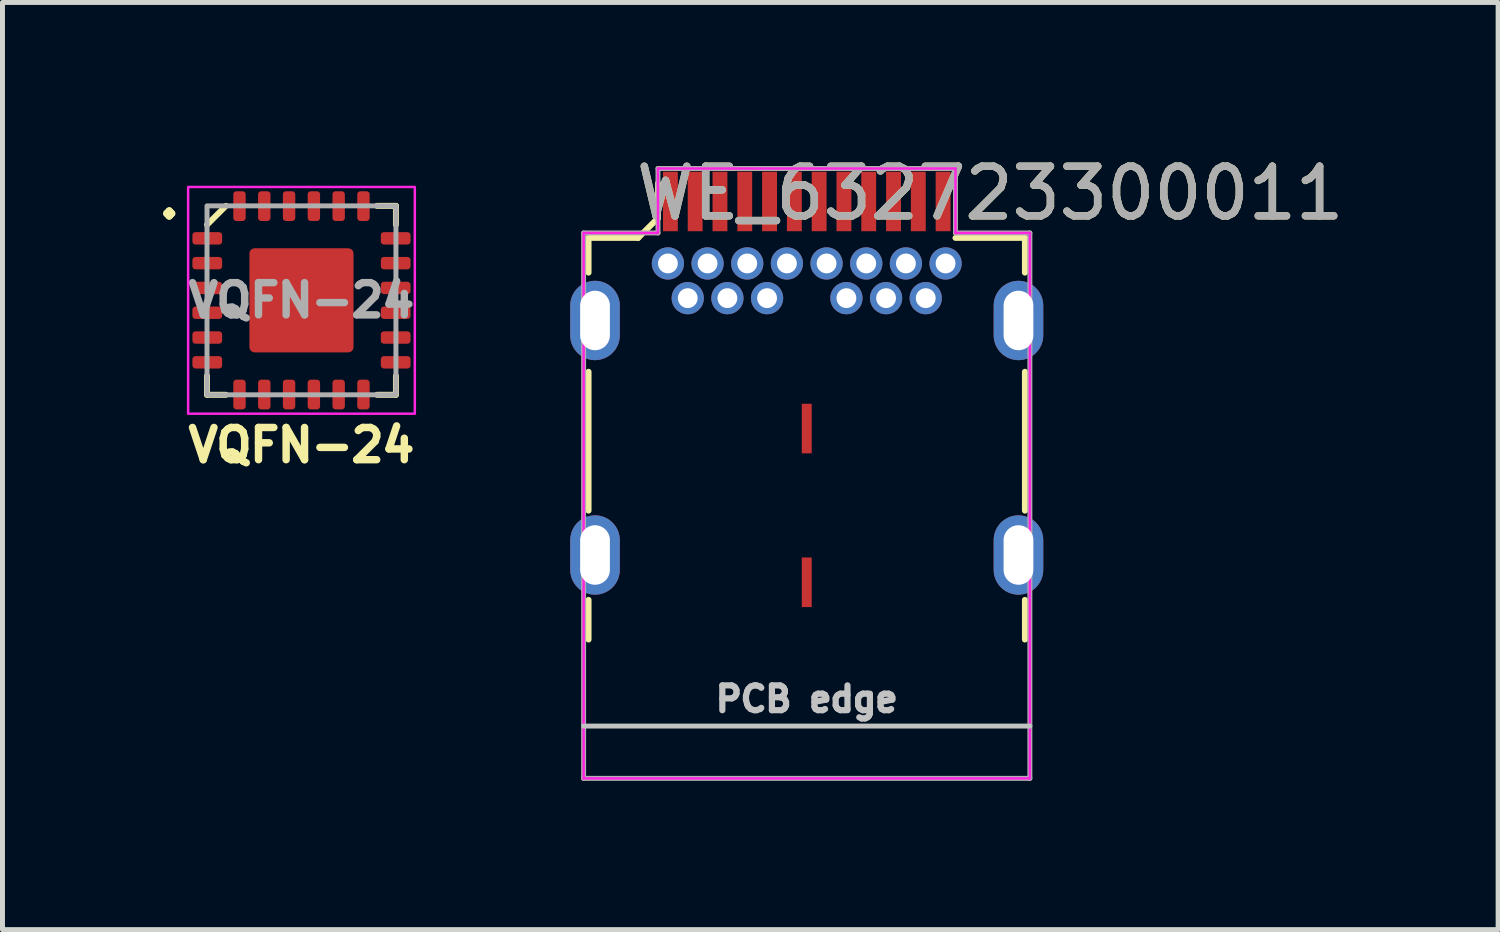
<source format=kicad_pcb>
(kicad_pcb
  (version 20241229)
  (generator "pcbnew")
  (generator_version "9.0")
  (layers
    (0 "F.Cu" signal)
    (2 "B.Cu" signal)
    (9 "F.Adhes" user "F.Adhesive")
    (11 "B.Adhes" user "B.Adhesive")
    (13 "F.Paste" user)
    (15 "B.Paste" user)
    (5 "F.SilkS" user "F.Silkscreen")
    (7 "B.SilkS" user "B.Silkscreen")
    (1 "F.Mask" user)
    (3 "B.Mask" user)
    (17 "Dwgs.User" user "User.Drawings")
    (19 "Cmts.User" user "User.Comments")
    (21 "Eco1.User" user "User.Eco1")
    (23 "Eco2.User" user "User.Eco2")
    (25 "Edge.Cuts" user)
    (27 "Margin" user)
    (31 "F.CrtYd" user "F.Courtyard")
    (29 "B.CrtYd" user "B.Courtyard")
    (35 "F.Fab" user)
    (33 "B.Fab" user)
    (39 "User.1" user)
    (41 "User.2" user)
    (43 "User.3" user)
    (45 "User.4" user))
  (footprint "WE_632723300011"
    (layer "F.Cu")
    (at 13.22 6.648)
    (property "Reference" "WE_632723300011" (at 3.7 -5.8 0) (layer "F.SilkS") (effects (font (size 1 1) (thickness 0.15))))
    (attr smd)
    (fp_line (start -4.4 -4.9) (end -4.4 -4.2) (stroke (width 0.12) (type solid)) (layer "F.SilkS"))
    (fp_line (start -4.4 -4.9) (end -3.4 -4.9) (stroke (width 0.12) (type solid)) (layer "F.SilkS"))
    (fp_line (start -4.4 -2.2) (end -4.4 0.6) (stroke (width 0.12) (type solid)) (layer "F.SilkS"))
    (fp_line (start -4.4 2.4) (end -4.4 3.2) (stroke (width 0.12) (type solid)) (layer "F.SilkS"))
    (fp_line (start -3 -5.3) (end -3.4 -4.9) (stroke (width 0.12) (type solid)) (layer "F.SilkS"))
    (fp_line (start -3 -5.3) (end -3 -6) (stroke (width 0.12) (type solid)) (layer "F.SilkS"))
    (fp_line (start 3 -4.9) (end 4.4 -4.9) (stroke (width 0.12) (type solid)) (layer "F.SilkS"))
    (fp_line (start 4.4 -4.2) (end 4.4 -4.9) (stroke (width 0.12) (type solid)) (layer "F.SilkS"))
    (fp_line (start 4.4 -2.2) (end 4.4 0.6) (stroke (width 0.12) (type solid)) (layer "F.SilkS"))
    (fp_line (start 4.4 2.4) (end 4.4 3.2) (stroke (width 0.12) (type solid)) (layer "F.SilkS"))
    (fp_line (start 4.5 4.945) (end -4.5 4.945) (stroke (width 0.1) (type solid)) (layer "Dwgs.User"))
    (fp_line (start -4.5 -5) (end -4.5 6) (stroke (width 0.05) (type solid)) (layer "F.CrtYd"))
    (fp_line (start -4.5 -5) (end -3 -5) (stroke (width 0.05) (type solid)) (layer "F.CrtYd"))
    (fp_line (start -3 -6.3) (end -3 -5) (stroke (width 0.05) (type solid)) (layer "F.CrtYd"))
    (fp_line (start -3 -6.3) (end 3 -6.3) (stroke (width 0.05) (type solid)) (layer "F.CrtYd"))
    (fp_line (start 3 -6.3) (end 3 -5) (stroke (width 0.05) (type solid)) (layer "F.CrtYd"))
    (fp_line (start 3 -5) (end 4.5 -5) (stroke (width 0.05) (type solid)) (layer "F.CrtYd"))
    (fp_line (start 4.5 6) (end -4.5 6) (stroke (width 0.05) (type solid)) (layer "F.CrtYd"))
    (fp_line (start 4.5 6) (end 4.5 -5) (stroke (width 0.05) (type solid)) (layer "F.CrtYd"))
    (fp_line (start -4.5 -5) (end -4.5 6) (stroke (width 0.1) (type solid)) (layer "F.Fab"))
    (fp_line (start -4.5 6) (end 4.5 6) (stroke (width 0.1) (type solid)) (layer "F.Fab"))
    (fp_line (start -3 -6.3) (end -3 -5) (stroke (width 0.1) (type solid)) (layer "F.Fab"))
    (fp_line (start -3 -5) (end -4.5 -5) (stroke (width 0.1) (type solid)) (layer "F.Fab"))
    (fp_line (start 3 -6.3) (end -3 -6.3) (stroke (width 0.1) (type solid)) (layer "F.Fab"))
    (fp_line (start 3 -5) (end 3 -6.3) (stroke (width 0.1) (type solid)) (layer "F.Fab"))
    (fp_line (start 4.5 -5) (end 3 -5) (stroke (width 0.1) (type solid)) (layer "F.Fab"))
    (fp_line (start 4.5 6) (end 4.5 -5) (stroke (width 0.1) (type solid)) (layer "F.Fab"))
    (fp_text user "PCB edge" (at 0 4.4 0) (unlocked yes) (layer "Dwgs.User") (effects (font (size 0.5 0.5) (thickness 0.125))))
    (fp_text user "${REFERENCE}" (at 3.7 -5.8 0) (layer "F.Fab") (effects (font (size 1 1) (thickness 0.15))))
    (pad "" smd rect (at -0.00008 -1.055) (size 0.2 1) (layers "F.Cu" "F.Mask" "F.Paste"))
    (pad "" smd rect (at -0.00008 2.045) (size 0.2 1) (layers "F.Cu" "F.Mask" "F.Paste"))
    (pad "A1" smd rect (at -2.75 -5.635) (size 0.3 1.2) (layers "F.Cu" "F.Mask" "F.Paste"))
    (pad "A2" smd rect (at -2.25 -5.635) (size 0.3 1.2) (layers "F.Cu" "F.Mask" "F.Paste"))
    (pad "A3" smd rect (at -1.75 -5.635) (size 0.3 1.2) (layers "F.Cu" "F.Mask" "F.Paste"))
    (pad "A4" smd rect (at -1.25 -5.635) (size 0.3 1.2) (layers "F.Cu" "F.Mask" "F.Paste"))
    (pad "A5" smd rect (at -0.75 -5.635) (size 0.3 1.2) (layers "F.Cu" "F.Mask" "F.Paste"))
    (pad "A6" smd rect (at -0.25 -5.635) (size 0.3 1.2) (layers "F.Cu" "F.Mask" "F.Paste"))
    (pad "A7" smd rect (at 0.25 -5.635) (size 0.3 1.2) (layers "F.Cu" "F.Mask" "F.Paste"))
    (pad "A8" smd rect (at 0.75 -5.635) (size 0.3 1.2) (layers "F.Cu" "F.Mask" "F.Paste"))
    (pad "A9" smd rect (at 1.25 -5.635) (size 0.3 1.2) (layers "F.Cu" "F.Mask" "F.Paste"))
    (pad "A10" smd rect (at 1.75 -5.635) (size 0.3 1.2) (layers "F.Cu" "F.Mask" "F.Paste"))
    (pad "A11" smd rect (at 2.25 -5.635) (size 0.3 1.2) (layers "F.Cu" "F.Mask" "F.Paste"))
    (pad "A12" smd rect (at 2.75 -5.635) (size 0.3 1.2) (layers "F.Cu" "F.Mask" "F.Paste"))
    (pad "B1" thru_hole circle (at 2.8 -4.385) (size 0.65 0.65) (drill 0.4) (layers "*.Cu" "*.Mask"))
    (pad "B2" thru_hole circle (at 2.4 -3.685) (size 0.65 0.65) (drill 0.4) (layers "*.Cu" "*.Mask"))
    (pad "B3" thru_hole circle (at 1.6 -3.685) (size 0.65 0.65) (drill 0.4) (layers "*.Cu" "*.Mask"))
    (pad "B4" thru_hole circle (at 1.2 -4.385) (size 0.65 0.65) (drill 0.4) (layers "*.Cu" "*.Mask"))
    (pad "B5" thru_hole circle (at 0.8 -3.685) (size 0.65 0.65) (drill 0.4) (layers "*.Cu" "*.Mask"))
    (pad "B6" thru_hole circle (at 0.4 -4.385) (size 0.65 0.65) (drill 0.4) (layers "*.Cu" "*.Mask"))
    (pad "B7" thru_hole circle (at -0.4 -4.385) (size 0.65 0.65) (drill 0.4) (layers "*.Cu" "*.Mask"))
    (pad "B8" thru_hole circle (at -0.8 -3.685) (size 0.65 0.65) (drill 0.4) (layers "*.Cu" "*.Mask"))
    (pad "B9" thru_hole circle (at -1.2 -4.385) (size 0.65 0.65) (drill 0.4) (layers "*.Cu" "*.Mask"))
    (pad "B10" thru_hole circle (at -1.6 -3.685) (size 0.65 0.65) (drill 0.4) (layers "*.Cu" "*.Mask"))
    (pad "B11" thru_hole circle (at -2.4 -3.685) (size 0.65 0.65) (drill 0.4) (layers "*.Cu" "*.Mask"))
    (pad "B12" thru_hole circle (at -2.8 -4.385) (size 0.65 0.65) (drill 0.4) (layers "*.Cu" "*.Mask"))
    (pad "Shell" thru_hole oval (at -4.27 -3.235) (size 1 1.6) (drill oval 0.6 1.2) (layers "*.Cu" "*.Mask"))
    (pad "Shell" thru_hole oval (at -4.27 1.495) (size 1 1.6) (drill oval 0.6 1.2) (layers "*.Cu" "*.Mask"))
    (pad "Shell" thru_hole circle (at -2 -4.385) (size 0.65 0.65) (drill 0.4) (layers "*.Cu" "*.Mask"))
    (pad "Shell" thru_hole circle (at 2 -4.385) (size 0.65 0.65) (drill 0.4) (layers "*.Cu" "*.Mask"))
    (pad "Shell" thru_hole oval (at 4.27 -3.235) (size 1 1.6) (drill oval 0.6 1.2) (layers "*.Cu" "*.Mask"))
    (pad "Shell" thru_hole oval (at 4.27 1.495) (size 1 1.6) (drill oval 0.6 1.2) (layers "*.Cu" "*.Mask")))
  (footprint "VQFN-24"
    (layer "F.Cu")
    (at 3.03 3.007)
    (property "Reference" "VQFN-24" (at 0 2.921 0) (layer "F.SilkS") (effects (font (size 0.65 0.65) (thickness 0.15))))
    (attr smd)
    (fp_line (start -1.905 -1.524) (end -1.524 -1.905) (stroke (width 0.12) (type solid)) (layer "F.SilkS"))
    (fp_line (start -1.905 1.524) (end -1.905 1.905) (stroke (width 0.12) (type solid)) (layer "F.SilkS"))
    (fp_line (start -1.905 1.905) (end -1.524 1.905) (stroke (width 0.12) (type solid)) (layer "F.SilkS"))
    (fp_line (start 1.524 1.905) (end 1.905 1.905) (stroke (width 0.12) (type solid)) (layer "F.SilkS"))
    (fp_line (start 1.905 -1.905) (end 1.524 -1.905) (stroke (width 0.12) (type solid)) (layer "F.SilkS"))
    (fp_line (start 1.905 -1.524) (end 1.905 -1.905) (stroke (width 0.12) (type solid)) (layer "F.SilkS"))
    (fp_line (start 1.905 1.905) (end 1.905 1.524) (stroke (width 0.12) (type solid)) (layer "F.SilkS"))
    (fp_rect (start -2.286 -2.286) (end 2.286 2.286) (stroke (width 0.05) (type solid)) (fill no) (layer "F.CrtYd"))
    (fp_rect (start -1.905 1.905) (end 1.905 -1.905) (stroke (width 0.1) (type solid)) (fill no) (layer "F.Fab"))
    (fp_text user "." (at -2.667 -2.159 0) (unlocked yes) (layer "F.SilkS") (effects (font (size 1 1) (thickness 0.15))))
    (fp_text user "${REFERENCE}" (at 0 0 0) (layer "F.Fab") (effects (font (size 0.65 0.65) (thickness 0.15))))
    (pad "0" smd roundrect (at 0 -0.00001) (size 2.1 2.1) (layers "F.Cu" "F.Mask" "F.Paste") (roundrect_rratio 0.05))
    (pad "1" smd roundrect (at -1.9 -1.25 90) (size 0.25 0.6) (layers "F.Cu" "F.Mask" "F.Paste") (roundrect_rratio 0.25))
    (pad "2" smd roundrect (at -1.9 -0.75 90) (size 0.25 0.6) (layers "F.Cu" "F.Mask" "F.Paste") (roundrect_rratio 0.25))
    (pad "3" smd roundrect (at -1.9 -0.25 90) (size 0.25 0.6) (layers "F.Cu" "F.Mask" "F.Paste") (roundrect_rratio 0.25))
    (pad "4" smd roundrect (at -1.9 0.25 90) (size 0.25 0.6) (layers "F.Cu" "F.Mask" "F.Paste") (roundrect_rratio 0.25))
    (pad "5" smd roundrect (at -1.9 0.75 90) (size 0.25 0.6) (layers "F.Cu" "F.Mask" "F.Paste") (roundrect_rratio 0.25))
    (pad "6" smd roundrect (at -1.9 1.25 90) (size 0.25 0.6) (layers "F.Cu" "F.Mask" "F.Paste") (roundrect_rratio 0.25))
    (pad "7" smd roundrect (at -1.25 1.9 180) (size 0.25 0.6) (layers "F.Cu" "F.Mask" "F.Paste") (roundrect_rratio 0.25))
    (pad "8" smd roundrect (at -0.75 1.9 180) (size 0.25 0.6) (layers "F.Cu" "F.Mask" "F.Paste") (roundrect_rratio 0.25))
    (pad "9" smd roundrect (at -0.25 1.9 180) (size 0.25 0.6) (layers "F.Cu" "F.Mask" "F.Paste") (roundrect_rratio 0.25))
    (pad "10" smd roundrect (at 0.25 1.9 180) (size 0.25 0.6) (layers "F.Cu" "F.Mask" "F.Paste") (roundrect_rratio 0.25))
    (pad "11" smd roundrect (at 0.75 1.9 180) (size 0.25 0.6) (layers "F.Cu" "F.Mask" "F.Paste") (roundrect_rratio 0.25))
    (pad "12" smd roundrect (at 1.25 1.9 180) (size 0.25 0.6) (layers "F.Cu" "F.Mask" "F.Paste") (roundrect_rratio 0.25))
    (pad "13" smd roundrect (at 1.9 1.25 270) (size 0.25 0.6) (layers "F.Cu" "F.Mask" "F.Paste") (roundrect_rratio 0.25))
    (pad "14" smd roundrect (at 1.9 0.75 270) (size 0.25 0.6) (layers "F.Cu" "F.Mask" "F.Paste") (roundrect_rratio 0.25))
    (pad "15" smd roundrect (at 1.9 0.25 270) (size 0.25 0.6) (layers "F.Cu" "F.Mask" "F.Paste") (roundrect_rratio 0.25))
    (pad "16" smd roundrect (at 1.9 -0.25 270) (size 0.25 0.6) (layers "F.Cu" "F.Mask" "F.Paste") (roundrect_rratio 0.25))
    (pad "17" smd roundrect (at 1.9 -0.75 270) (size 0.25 0.6) (layers "F.Cu" "F.Mask" "F.Paste") (roundrect_rratio 0.25))
    (pad "18" smd roundrect (at 1.9 -1.25 270) (size 0.25 0.6) (layers "F.Cu" "F.Mask" "F.Paste") (roundrect_rratio 0.25))
    (pad "19" smd roundrect (at 1.25 -1.9) (size 0.25 0.6) (layers "F.Cu" "F.Mask" "F.Paste") (roundrect_rratio 0.25))
    (pad "20" smd roundrect (at 0.75 -1.9) (size 0.25 0.6) (layers "F.Cu" "F.Mask" "F.Paste") (roundrect_rratio 0.25))
    (pad "21" smd roundrect (at 0.25 -1.9) (size 0.25 0.6) (layers "F.Cu" "F.Mask" "F.Paste") (roundrect_rratio 0.25))
    (pad "22" smd roundrect (at -0.25 -1.9) (size 0.25 0.6) (layers "F.Cu" "F.Mask" "F.Paste") (roundrect_rratio 0.25))
    (pad "23" smd roundrect (at -0.75 -1.9) (size 0.25 0.6) (layers "F.Cu" "F.Mask" "F.Paste") (roundrect_rratio 0.25))
    (pad "24" smd roundrect (at -1.25 -1.9) (size 0.25 0.6) (layers "F.Cu" "F.Mask" "F.Paste") (roundrect_rratio 0.25)))
  (gr_rect
    (start -3 -3)
    (end 27.164 15.698)
    (stroke (width 0.1) (type default))
    (fill no)
    (layer "Edge.Cuts")))
</source>
